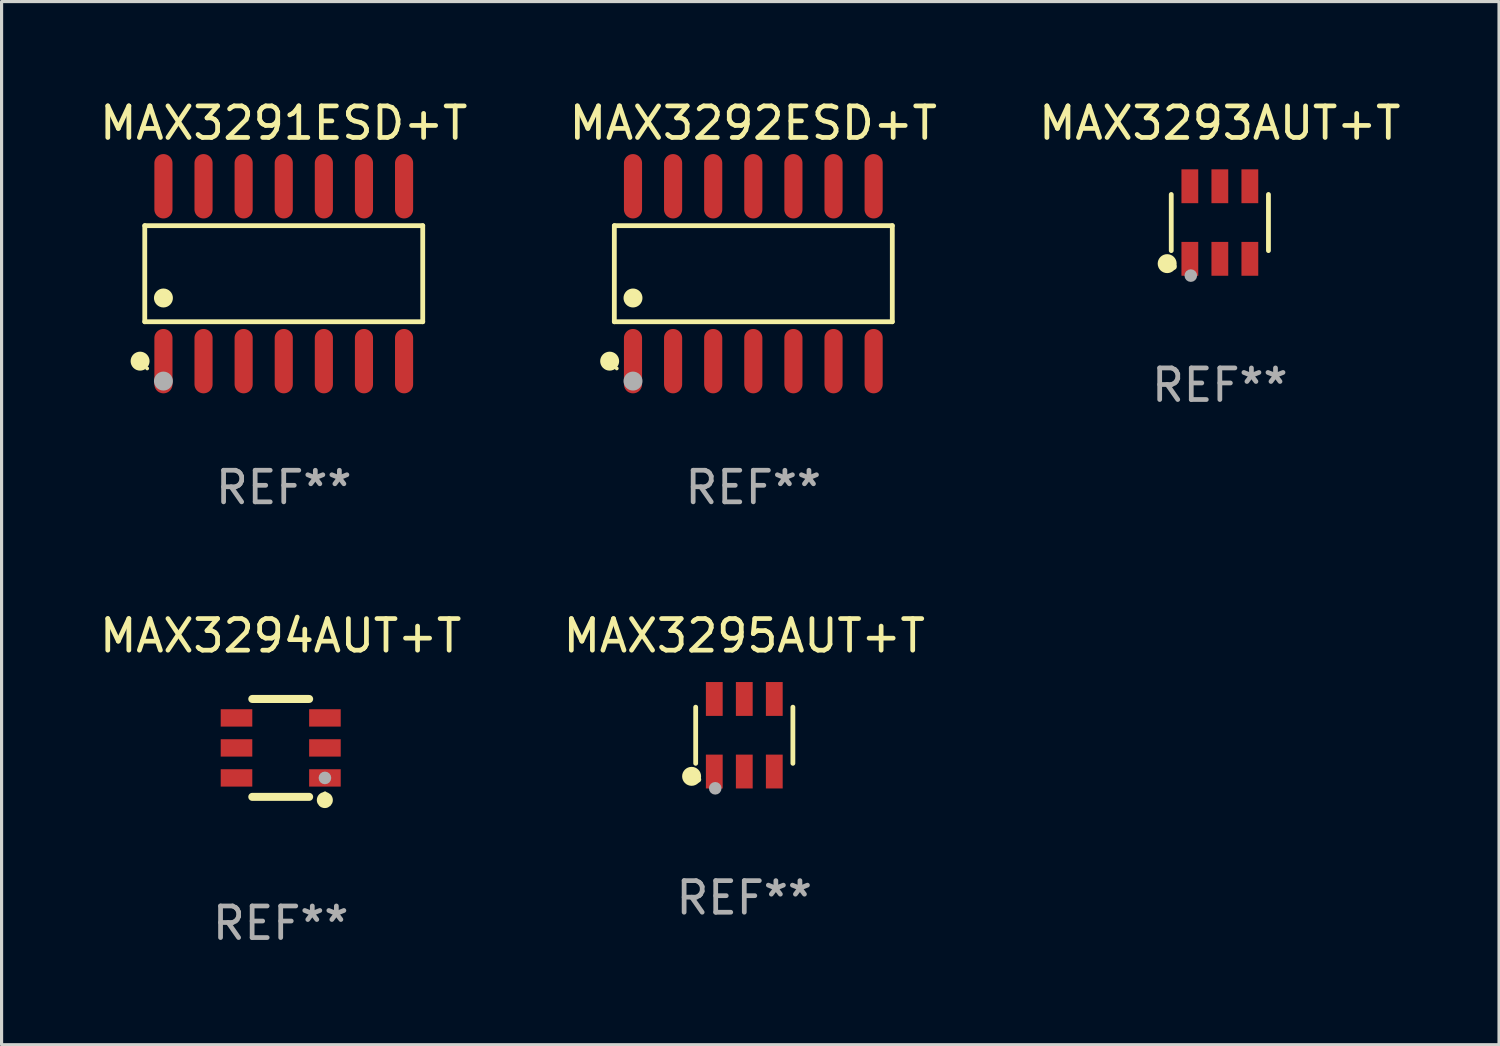
<source format=kicad_pcb>
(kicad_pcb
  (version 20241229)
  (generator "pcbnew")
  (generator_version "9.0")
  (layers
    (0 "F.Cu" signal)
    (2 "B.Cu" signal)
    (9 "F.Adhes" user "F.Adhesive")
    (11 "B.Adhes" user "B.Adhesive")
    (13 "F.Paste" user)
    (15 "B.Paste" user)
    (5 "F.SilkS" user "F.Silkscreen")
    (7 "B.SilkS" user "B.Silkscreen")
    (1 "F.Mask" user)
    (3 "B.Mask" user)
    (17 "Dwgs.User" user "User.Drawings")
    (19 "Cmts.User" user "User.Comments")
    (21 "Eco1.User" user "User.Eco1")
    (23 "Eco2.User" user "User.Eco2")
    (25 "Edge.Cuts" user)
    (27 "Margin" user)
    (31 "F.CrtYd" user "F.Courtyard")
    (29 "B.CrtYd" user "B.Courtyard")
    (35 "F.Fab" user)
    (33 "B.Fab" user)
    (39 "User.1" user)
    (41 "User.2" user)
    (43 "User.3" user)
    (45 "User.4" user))
  (footprint "MAX3294AUT+T"
    (layer "F.Cu")
    (at 5.839 20.633)
    (property "Reference" "MAX3294AUT+T" (at 0 -3.55 0) (layer "F.SilkS") (effects (font (size 1 1) (thickness 0.15))))
    (attr through_hole)
    (fp_line (start -0.9 -1.55) (end 0.9 -1.55) (stroke (width 0.254) (type solid)) (layer "F.SilkS"))
    (fp_line (start -0.9 1.55) (end 0.9 1.55) (stroke (width 0.254) (type solid)) (layer "F.SilkS"))
    (fp_circle (center 1.397 1.651) (end 1.524 1.651) (stroke (width 0.254) (type solid)) (fill no) (layer "F.SilkS"))
    (fp_circle (center 1.4 1.435) (end 1.43 1.435) (stroke (width 0.06) (type solid)) (fill no) (layer "F.SilkS"))
    (fp_circle (center 1.4 0.95) (end 1.5 0.95) (stroke (width 0.2) (type solid)) (fill no) (layer "F.Fab"))
    (fp_text user "REF**" (at 0 5.55 0) (layer "F.Fab") (effects (font (size 1 1) (thickness 0.15))))
    (pad "1" smd rect (at 1.4 0.95) (size 1 0.55) (layers "F.Cu" "F.Mask" "F.Paste"))
    (pad "2" smd rect (at 1.4 -0.000102) (size 1 0.55) (layers "F.Cu" "F.Mask" "F.Paste"))
    (pad "3" smd rect (at 1.4 -0.95) (size 1 0.55) (layers "F.Cu" "F.Mask" "F.Paste"))
    (pad "4" smd rect (at -1.4 -0.95) (size 1 0.55) (layers "F.Cu" "F.Mask" "F.Paste"))
    (pad "5" smd rect (at -1.4 -0.000102) (size 1 0.55) (layers "F.Cu" "F.Mask" "F.Paste"))
    (pad "6" smd rect (at -1.4 0.95) (size 1 0.55) (layers "F.Cu" "F.Mask" "F.Paste")))
  (footprint "MAX3292ESD+T"
    (layer "F.Cu")
    (at 20.804 5.617)
    (property "Reference" "MAX3292ESD+T" (at 0 -4.769 0) (layer "F.SilkS") (effects (font (size 1 1) (thickness 0.15))))
    (attr through_hole)
    (fp_line (start -4.401 -1.521) (end 4.401 -1.521) (stroke (width 0.152) (type solid)) (layer "F.SilkS"))
    (fp_line (start -4.401 1.521) (end -4.401 -1.521) (stroke (width 0.152) (type solid)) (layer "F.SilkS"))
    (fp_line (start 4.401 -1.521) (end 4.401 1.521) (stroke (width 0.152) (type solid)) (layer "F.SilkS"))
    (fp_line (start 4.401 1.521) (end -4.401 1.521) (stroke (width 0.152) (type solid)) (layer "F.SilkS"))
    (fp_circle (center -4.549 2.769) (end -4.399 2.769) (stroke (width 0.3) (type solid)) (fill no) (layer "F.SilkS"))
    (fp_circle (center -4.325 3) (end -4.295 3) (stroke (width 0.06) (type solid)) (fill no) (layer "F.SilkS"))
    (fp_circle (center -3.81 0.769) (end -3.66 0.769) (stroke (width 0.3) (type solid)) (fill no) (layer "F.SilkS"))
    (fp_circle (center -3.81 3.4) (end -3.66 3.4) (stroke (width 0.3) (type solid)) (fill no) (layer "F.Fab"))
    (fp_text user "REF**" (at 0 6.769 0) (layer "F.Fab") (effects (font (size 1 1) (thickness 0.15))))
    (pad "1" smd oval (at -3.81 2.769) (size 0.574 2.038) (layers "F.Cu" "F.Mask" "F.Paste"))
    (pad "2" smd oval (at -2.54 2.769) (size 0.574 2.038) (layers "F.Cu" "F.Mask" "F.Paste"))
    (pad "3" smd oval (at -1.27 2.769) (size 0.574 2.038) (layers "F.Cu" "F.Mask" "F.Paste"))
    (pad "4" smd oval (at 0 2.769) (size 0.574 2.038) (layers "F.Cu" "F.Mask" "F.Paste"))
    (pad "5" smd oval (at 1.27 2.769) (size 0.574 2.038) (layers "F.Cu" "F.Mask" "F.Paste"))
    (pad "6" smd oval (at 2.54 2.769) (size 0.574 2.038) (layers "F.Cu" "F.Mask" "F.Paste"))
    (pad "7" smd oval (at 3.81 2.769) (size 0.574 2.038) (layers "F.Cu" "F.Mask" "F.Paste"))
    (pad "8" smd oval (at 3.81 -2.769) (size 0.574 2.038) (layers "F.Cu" "F.Mask" "F.Paste"))
    (pad "9" smd oval (at 2.54 -2.769) (size 0.574 2.038) (layers "F.Cu" "F.Mask" "F.Paste"))
    (pad "10" smd oval (at 1.27 -2.769) (size 0.574 2.038) (layers "F.Cu" "F.Mask" "F.Paste"))
    (pad "11" smd oval (at 0 -2.769) (size 0.574 2.038) (layers "F.Cu" "F.Mask" "F.Paste"))
    (pad "12" smd oval (at -1.27 -2.769) (size 0.574 2.038) (layers "F.Cu" "F.Mask" "F.Paste"))
    (pad "13" smd oval (at -2.54 -2.769) (size 0.574 2.038) (layers "F.Cu" "F.Mask" "F.Paste"))
    (pad "14" smd oval (at -3.81 -2.769) (size 0.574 2.038) (layers "F.Cu" "F.Mask" "F.Paste")))
  (footprint "MAX3291ESD+T"
    (layer "F.Cu")
    (at 5.935 5.617)
    (property "Reference" "MAX3291ESD+T" (at 0 -4.769 0) (layer "F.SilkS") (effects (font (size 1 1) (thickness 0.15))))
    (attr through_hole)
    (fp_line (start -4.401 -1.521) (end 4.401 -1.521) (stroke (width 0.152) (type solid)) (layer "F.SilkS"))
    (fp_line (start -4.401 1.521) (end -4.401 -1.521) (stroke (width 0.152) (type solid)) (layer "F.SilkS"))
    (fp_line (start 4.401 -1.521) (end 4.401 1.521) (stroke (width 0.152) (type solid)) (layer "F.SilkS"))
    (fp_line (start 4.401 1.521) (end -4.401 1.521) (stroke (width 0.152) (type solid)) (layer "F.SilkS"))
    (fp_circle (center -4.549 2.769) (end -4.399 2.769) (stroke (width 0.3) (type solid)) (fill no) (layer "F.SilkS"))
    (fp_circle (center -4.325 3) (end -4.295 3) (stroke (width 0.06) (type solid)) (fill no) (layer "F.SilkS"))
    (fp_circle (center -3.81 0.769) (end -3.66 0.769) (stroke (width 0.3) (type solid)) (fill no) (layer "F.SilkS"))
    (fp_circle (center -3.81 3.4) (end -3.66 3.4) (stroke (width 0.3) (type solid)) (fill no) (layer "F.Fab"))
    (fp_text user "REF**" (at 0 6.769 0) (layer "F.Fab") (effects (font (size 1 1) (thickness 0.15))))
    (pad "1" smd oval (at -3.81 2.769) (size 0.574 2.038) (layers "F.Cu" "F.Mask" "F.Paste"))
    (pad "2" smd oval (at -2.54 2.769) (size 0.574 2.038) (layers "F.Cu" "F.Mask" "F.Paste"))
    (pad "3" smd oval (at -1.27 2.769) (size 0.574 2.038) (layers "F.Cu" "F.Mask" "F.Paste"))
    (pad "4" smd oval (at 0 2.769) (size 0.574 2.038) (layers "F.Cu" "F.Mask" "F.Paste"))
    (pad "5" smd oval (at 1.27 2.769) (size 0.574 2.038) (layers "F.Cu" "F.Mask" "F.Paste"))
    (pad "6" smd oval (at 2.54 2.769) (size 0.574 2.038) (layers "F.Cu" "F.Mask" "F.Paste"))
    (pad "7" smd oval (at 3.81 2.769) (size 0.574 2.038) (layers "F.Cu" "F.Mask" "F.Paste"))
    (pad "8" smd oval (at 3.81 -2.769) (size 0.574 2.038) (layers "F.Cu" "F.Mask" "F.Paste"))
    (pad "9" smd oval (at 2.54 -2.769) (size 0.574 2.038) (layers "F.Cu" "F.Mask" "F.Paste"))
    (pad "10" smd oval (at 1.27 -2.769) (size 0.574 2.038) (layers "F.Cu" "F.Mask" "F.Paste"))
    (pad "11" smd oval (at 0 -2.769) (size 0.574 2.038) (layers "F.Cu" "F.Mask" "F.Paste"))
    (pad "12" smd oval (at -1.27 -2.769) (size 0.574 2.038) (layers "F.Cu" "F.Mask" "F.Paste"))
    (pad "13" smd oval (at -2.54 -2.769) (size 0.574 2.038) (layers "F.Cu" "F.Mask" "F.Paste"))
    (pad "14" smd oval (at -3.81 -2.769) (size 0.574 2.038) (layers "F.Cu" "F.Mask" "F.Paste")))
  (footprint "MAX3295AUT+T"
    (layer "F.Cu")
    (at 20.518 20.232)
    (property "Reference" "MAX3295AUT+T" (at 0 -3.149 0) (layer "F.SilkS") (effects (font (size 1 1) (thickness 0.15))))
    (attr through_hole)
    (fp_line (start -1.539 0.889) (end -1.539 -0.889) (stroke (width 0.152) (type solid)) (layer "F.SilkS"))
    (fp_line (start 1.539 0.889) (end 1.539 -0.889) (stroke (width 0.152) (type solid)) (layer "F.SilkS"))
    (fp_circle (center -1.668 1.301) (end -1.518 1.301) (stroke (width 0.3) (type solid)) (fill no) (layer "F.SilkS"))
    (fp_circle (center -1.463 1.4) (end -1.413 1.4) (stroke (width 0.1) (type solid)) (fill no) (layer "F.SilkS"))
    (fp_circle (center -0.92 1.68) (end -0.82 1.68) (stroke (width 0.2) (type solid)) (fill no) (layer "F.Fab"))
    (fp_text user "REF**" (at 0 5.149 0) (layer "F.Fab") (effects (font (size 1 1) (thickness 0.15))))
    (pad "1" smd rect (at -0.95 1.149) (size 0.532 1.072) (layers "F.Cu" "F.Mask" "F.Paste"))
    (pad "2" smd rect (at 0 1.149) (size 0.532 1.072) (layers "F.Cu" "F.Mask" "F.Paste"))
    (pad "3" smd rect (at 0.95 1.149) (size 0.532 1.072) (layers "F.Cu" "F.Mask" "F.Paste"))
    (pad "4" smd rect (at 0.95 -1.149) (size 0.532 1.072) (layers "F.Cu" "F.Mask" "F.Paste"))
    (pad "5" smd rect (at 0 -1.149) (size 0.532 1.072) (layers "F.Cu" "F.Mask" "F.Paste"))
    (pad "6" smd rect (at -0.95 -1.149) (size 0.532 1.072) (layers "F.Cu" "F.Mask" "F.Paste")))
  (footprint "MAX3293AUT+T"
    (layer "F.Cu")
    (at 35.577 3.997)
    (property "Reference" "MAX3293AUT+T" (at 0 -3.149 0) (layer "F.SilkS") (effects (font (size 1 1) (thickness 0.15))))
    (attr through_hole)
    (fp_line (start -1.539 0.889) (end -1.539 -0.889) (stroke (width 0.152) (type solid)) (layer "F.SilkS"))
    (fp_line (start 1.539 0.889) (end 1.539 -0.889) (stroke (width 0.152) (type solid)) (layer "F.SilkS"))
    (fp_circle (center -1.668 1.301) (end -1.518 1.301) (stroke (width 0.3) (type solid)) (fill no) (layer "F.SilkS"))
    (fp_circle (center -1.463 1.4) (end -1.413 1.4) (stroke (width 0.1) (type solid)) (fill no) (layer "F.SilkS"))
    (fp_circle (center -0.92 1.68) (end -0.82 1.68) (stroke (width 0.2) (type solid)) (fill no) (layer "F.Fab"))
    (fp_text user "REF**" (at 0 5.149 0) (layer "F.Fab") (effects (font (size 1 1) (thickness 0.15))))
    (pad "1" smd rect (at -0.95 1.149) (size 0.532 1.072) (layers "F.Cu" "F.Mask" "F.Paste"))
    (pad "2" smd rect (at 0 1.149) (size 0.532 1.072) (layers "F.Cu" "F.Mask" "F.Paste"))
    (pad "3" smd rect (at 0.95 1.149) (size 0.532 1.072) (layers "F.Cu" "F.Mask" "F.Paste"))
    (pad "4" smd rect (at 0.95 -1.149) (size 0.532 1.072) (layers "F.Cu" "F.Mask" "F.Paste"))
    (pad "5" smd rect (at 0 -1.149) (size 0.532 1.072) (layers "F.Cu" "F.Mask" "F.Paste"))
    (pad "6" smd rect (at -0.95 -1.149) (size 0.532 1.072) (layers "F.Cu" "F.Mask" "F.Paste")))
  (gr_rect
    (start -3 -3)
    (end 44.417 30.031)
    (stroke (width 0.1) (type default))
    (fill no)
    (layer "Edge.Cuts")))
</source>
